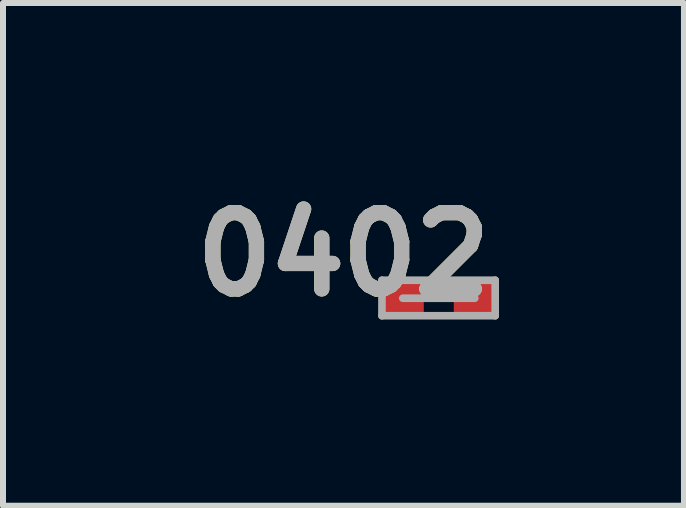
<source format=kicad_pcb>
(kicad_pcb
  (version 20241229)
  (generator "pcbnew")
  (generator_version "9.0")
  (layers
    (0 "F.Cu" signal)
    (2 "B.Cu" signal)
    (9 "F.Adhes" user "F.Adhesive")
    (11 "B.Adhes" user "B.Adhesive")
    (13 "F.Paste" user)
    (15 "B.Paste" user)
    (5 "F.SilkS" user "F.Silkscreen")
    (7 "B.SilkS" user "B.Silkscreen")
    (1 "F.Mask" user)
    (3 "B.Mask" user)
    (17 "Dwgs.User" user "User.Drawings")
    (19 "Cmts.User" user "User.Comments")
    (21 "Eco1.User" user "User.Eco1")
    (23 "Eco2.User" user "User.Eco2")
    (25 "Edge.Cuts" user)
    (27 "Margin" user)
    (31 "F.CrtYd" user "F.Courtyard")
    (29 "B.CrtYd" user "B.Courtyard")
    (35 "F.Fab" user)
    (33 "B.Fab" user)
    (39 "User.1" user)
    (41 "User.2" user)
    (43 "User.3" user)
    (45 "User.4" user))
  (footprint "0402"
    (layer "F.Cu")
    (at 4.261 1.919)
    (property "Reference" "0402" (at -1.587 -0.73 0) (layer "F.SilkS") (effects (font (size 1.27 1.27) (thickness 0.254))))
    (attr smd)
    (fp_line (start -0.947 -0.3) (end 0.94 -0.3) (stroke (width 0.127) (type solid)) (layer "F.Fab"))
    (fp_line (start -0.947 0.292) (end -0.947 -0.3) (stroke (width 0.127) (type solid)) (layer "F.Fab"))
    (fp_line (start -0.6 0) (end 0.6 0) (stroke (width 0.127) (type solid)) (layer "F.Fab"))
    (fp_line (start 0.94 -0.3) (end 0.94 0.292) (stroke (width 0.127) (type solid)) (layer "F.Fab"))
    (fp_line (start 0.94 0.292) (end -0.947 0.292) (stroke (width 0.127) (type solid)) (layer "F.Fab"))
    (fp_text user "${REFERENCE}" (at -1.587 -0.73 0) (layer "F.Fab") (effects (font (size 1.27 1.27) (thickness 0.254))))
    (pad "1" smd rect (at -0.6 0 90) (size 0.6 0.7) (layers "F.Cu" "F.Mask" "F.Paste"))
    (pad "2" smd rect (at 0.6 0 90) (size 0.6 0.7) (layers "F.Cu" "F.Mask" "F.Paste")))
  (gr_rect
    (start -3 -3)
    (end 8.346 5.377)
    (stroke (width 0.1) (type default))
    (fill no)
    (layer "Edge.Cuts")))
</source>
